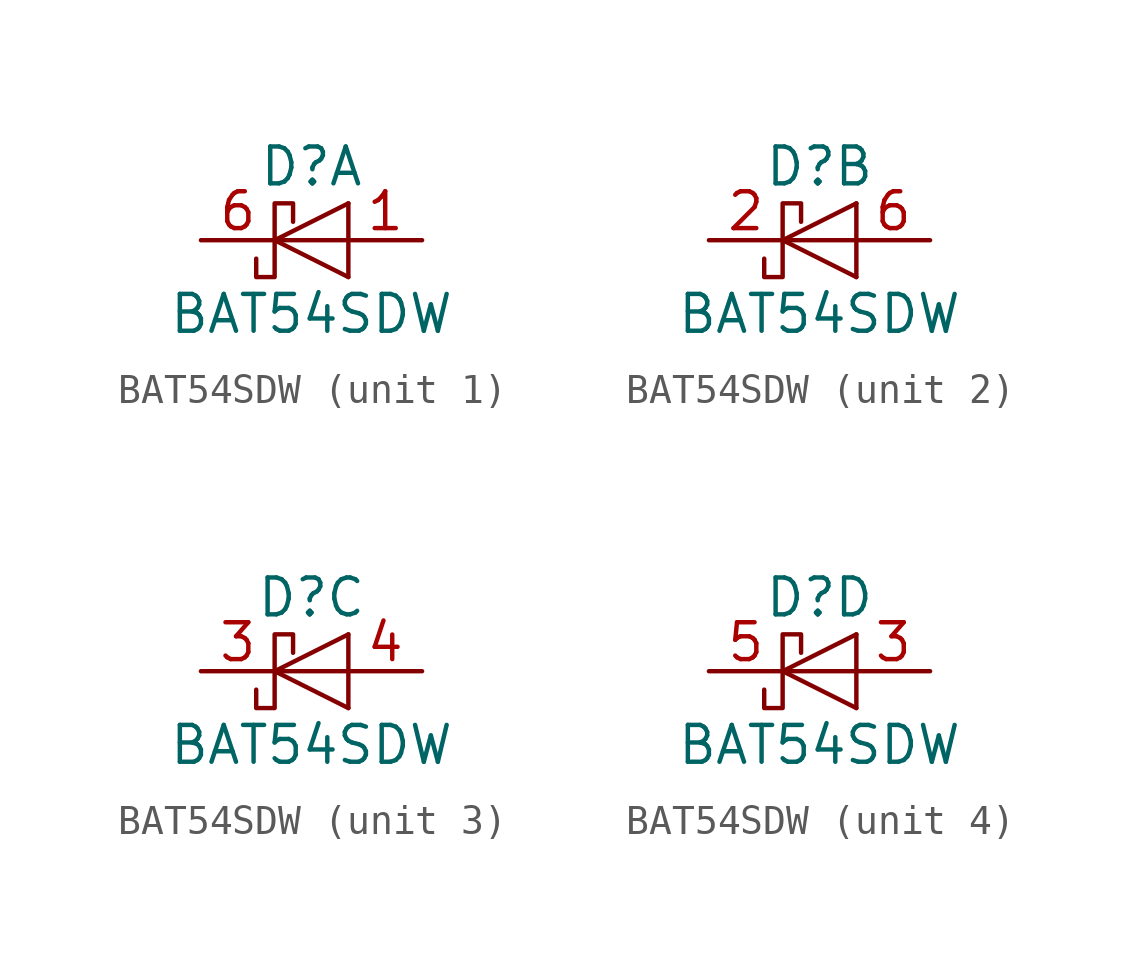
<source format=kicad_sym>
(kicad_symbol_lib
  (version 20231120)
  (generator "kicad_symbol_editor")
  (generator_version "8.0")
  (symbol "BAT54SDW"
    (pin_names
      (offset 1.016) hide)
    (property "Reference" "D"
      (at 0 2.54 0)
      (effects (font (size 1.27 1.27))))
    (property "Value" "BAT54SDW"
      (at 0 -2.54 0)
      (effects (font (size 1.27 1.27))))
    (symbol "BAT54SDW_0_1"
      (polyline (pts (xy 1.27 -1.27) (xy 1.27 1.27)) (stroke (width 0) (type default)) (fill (type none)))
      (polyline (pts (xy 1.27 0) (xy -1.27 0)) (stroke (width 0) (type default)) (fill (type none)))
      (polyline (pts (xy 1.27 1.27) (xy -1.27 0) (xy 1.27 -1.27)) (stroke (width 0) (type default)) (fill (type none)))
      (polyline (pts (xy -0.635 0.635) (xy -0.635 1.27) (xy -1.27 1.27) (xy -1.27 -1.27) (xy -1.905 -1.27) (xy -1.905 -0.635)) (stroke (width 0) (type default)) (fill (type none))))
    (symbol "BAT54SDW_1_1"
      (pin passive line (at 3.81 0 180) (length 2.54) (name "A" (effects (font (size 1.27 1.27)))) (number "1" (effects (font (size 1.27 1.27)))))
      (pin passive line (at -3.81 0 0) (length 2.54) (name "K" (effects (font (size 1.27 1.27)))) (number "6" (effects (font (size 1.27 1.27))))))
    (symbol "BAT54SDW_2_1"
      (pin passive line (at -3.81 0 0) (length 2.54) (name "K" (effects (font (size 1.27 1.27)))) (number "2" (effects (font (size 1.27 1.27)))))
      (pin passive line (at 3.81 0 180) (length 2.54) (name "A" (effects (font (size 1.27 1.27)))) (number "6" (effects (font (size 1.27 1.27))))))
    (symbol "BAT54SDW_3_1"
      (pin passive line (at -3.81 0 0) (length 2.54) (name "K" (effects (font (size 1.27 1.27)))) (number "3" (effects (font (size 1.27 1.27)))))
      (pin passive line (at 3.81 0 180) (length 2.54) (name "A" (effects (font (size 1.27 1.27)))) (number "4" (effects (font (size 1.27 1.27))))))
    (symbol "BAT54SDW_4_1"
      (pin passive line (at 3.81 0 180) (length 2.54) (name "A" (effects (font (size 1.27 1.27)))) (number "3" (effects (font (size 1.27 1.27)))))
      (pin passive line (at -3.81 0 0) (length 2.54) (name "K" (effects (font (size 1.27 1.27)))) (number "5" (effects (font (size 1.27 1.27))))))))
</source>
